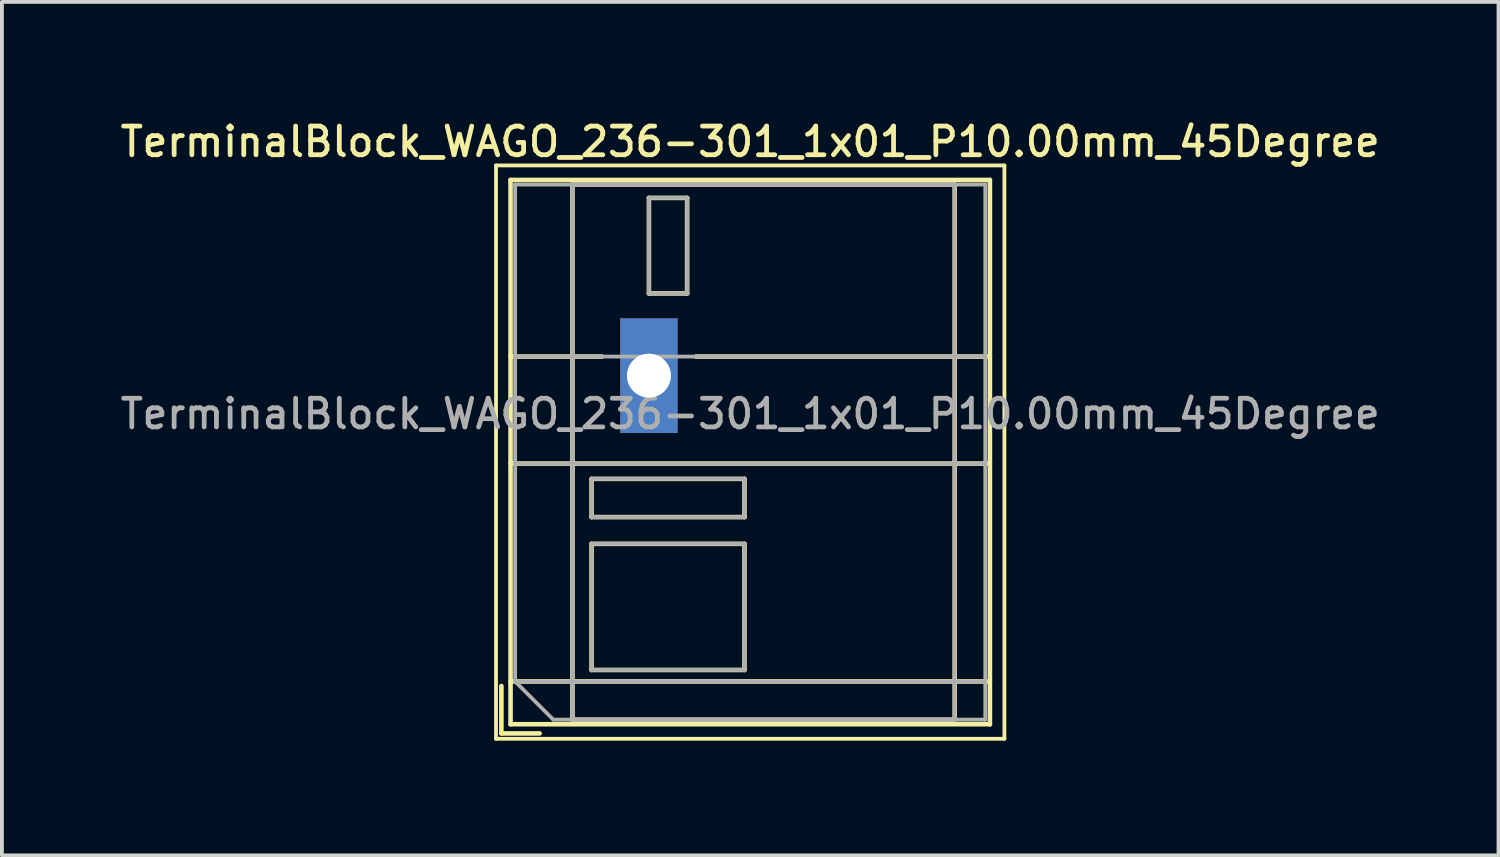
<source format=kicad_pcb>
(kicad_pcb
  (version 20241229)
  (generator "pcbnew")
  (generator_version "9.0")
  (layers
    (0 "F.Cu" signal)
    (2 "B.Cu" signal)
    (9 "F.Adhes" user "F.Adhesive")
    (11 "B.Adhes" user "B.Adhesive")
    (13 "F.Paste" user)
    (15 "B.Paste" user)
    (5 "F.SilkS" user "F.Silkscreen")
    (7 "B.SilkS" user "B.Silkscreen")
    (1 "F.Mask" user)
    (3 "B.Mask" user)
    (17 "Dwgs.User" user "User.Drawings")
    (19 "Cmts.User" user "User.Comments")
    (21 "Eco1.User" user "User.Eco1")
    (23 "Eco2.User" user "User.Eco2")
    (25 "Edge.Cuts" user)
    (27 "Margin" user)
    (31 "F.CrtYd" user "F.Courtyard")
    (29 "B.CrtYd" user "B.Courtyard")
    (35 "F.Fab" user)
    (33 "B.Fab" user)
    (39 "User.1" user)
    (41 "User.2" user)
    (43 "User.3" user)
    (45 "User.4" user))
  (footprint "TerminalBlock_WAGO_236-301_1x01_P10.00mm_45Degree"
    (layer "F.Cu")
    (at 13.927 6.778)
    (property "Reference" "TerminalBlock_WAGO_236-301_1x01_P10.00mm_45Degree" (at 2.65 -6.12 0) (layer "F.SilkS") (effects (font (size 0.75 0.75) (thickness 0.125))))
    (attr through_hole)
    (fp_line (start -4 -5.5) (end -4 9.5) (stroke (width 0.1) (type solid)) (layer "F.SilkS"))
    (fp_line (start -4 9.5) (end 9.3 9.5) (stroke (width 0.1) (type solid)) (layer "F.SilkS"))
    (fp_line (start -3.86 8.12) (end -3.86 9.36) (stroke (width 0.12) (type solid)) (layer "F.SilkS"))
    (fp_line (start -3.86 9.36) (end -2.86 9.36) (stroke (width 0.12) (type solid)) (layer "F.SilkS"))
    (fp_line (start -3.62 -5.12) (end -3.62 9.12) (stroke (width 0.12) (type solid)) (layer "F.SilkS"))
    (fp_line (start -3.62 -5.12) (end 8.921 -5.12) (stroke (width 0.12) (type solid)) (layer "F.SilkS"))
    (fp_line (start -3.62 -0.5) (end -1.23 -0.5) (stroke (width 0.12) (type solid)) (layer "F.SilkS"))
    (fp_line (start -3.62 2.3) (end 8.921 2.3) (stroke (width 0.12) (type solid)) (layer "F.SilkS"))
    (fp_line (start -3.62 8) (end 8.921 8) (stroke (width 0.12) (type solid)) (layer "F.SilkS"))
    (fp_line (start -3.62 9.12) (end 8.921 9.12) (stroke (width 0.12) (type solid)) (layer "F.SilkS"))
    (fp_line (start -2 -5) (end -2 9) (stroke (width 0.12) (type solid)) (layer "F.SilkS"))
    (fp_line (start -2 -5) (end 8 -5) (stroke (width 0.12) (type solid)) (layer "F.SilkS"))
    (fp_line (start -2 9) (end 8 9) (stroke (width 0.12) (type solid)) (layer "F.SilkS"))
    (fp_line (start -1.5 2.7) (end -1.5 3.7) (stroke (width 0.12) (type solid)) (layer "F.SilkS"))
    (fp_line (start -1.5 2.7) (end 2.5 2.7) (stroke (width 0.12) (type solid)) (layer "F.SilkS"))
    (fp_line (start -1.5 3.7) (end 2.5 3.7) (stroke (width 0.12) (type solid)) (layer "F.SilkS"))
    (fp_line (start -1.5 4.4) (end -1.5 7.7) (stroke (width 0.12) (type solid)) (layer "F.SilkS"))
    (fp_line (start -1.5 4.4) (end 2.5 4.4) (stroke (width 0.12) (type solid)) (layer "F.SilkS"))
    (fp_line (start -1.5 7.7) (end 2.5 7.7) (stroke (width 0.12) (type solid)) (layer "F.SilkS"))
    (fp_line (start 0 -4.65) (end 0 -2.151) (stroke (width 0.12) (type solid)) (layer "F.SilkS"))
    (fp_line (start 0 -4.65) (end 1 -4.65) (stroke (width 0.12) (type solid)) (layer "F.SilkS"))
    (fp_line (start 0 -2.151) (end 1 -2.151) (stroke (width 0.12) (type solid)) (layer "F.SilkS"))
    (fp_line (start 1 -4.65) (end 1 -2.151) (stroke (width 0.12) (type solid)) (layer "F.SilkS"))
    (fp_line (start 1.23 -0.5) (end 8.921 -0.5) (stroke (width 0.12) (type solid)) (layer "F.SilkS"))
    (fp_line (start 2.5 2.7) (end 2.5 3.7) (stroke (width 0.12) (type solid)) (layer "F.SilkS"))
    (fp_line (start 2.5 4.4) (end 2.5 7.7) (stroke (width 0.12) (type solid)) (layer "F.SilkS"))
    (fp_line (start 8 -5) (end 8 9) (stroke (width 0.12) (type solid)) (layer "F.SilkS"))
    (fp_line (start 8.921 -5.12) (end 8.921 9.12) (stroke (width 0.12) (type solid)) (layer "F.SilkS"))
    (fp_line (start 9.3 -5.5) (end -4 -5.5) (stroke (width 0.1) (type solid)) (layer "F.SilkS"))
    (fp_line (start 9.3 9.5) (end 9.3 -5.5) (stroke (width 0.1) (type solid)) (layer "F.SilkS"))
    (fp_line (start -3.5 -5) (end 8.8 -5) (stroke (width 0.1) (type solid)) (layer "F.Fab"))
    (fp_line (start -3.5 -0.5) (end 8.8 -0.5) (stroke (width 0.1) (type solid)) (layer "F.Fab"))
    (fp_line (start -3.5 2.3) (end 8.8 2.3) (stroke (width 0.1) (type solid)) (layer "F.Fab"))
    (fp_line (start -3.5 8) (end -3.5 -5) (stroke (width 0.1) (type solid)) (layer "F.Fab"))
    (fp_line (start -3.5 8) (end 8.8 8) (stroke (width 0.1) (type solid)) (layer "F.Fab"))
    (fp_line (start -2.5 9) (end -3.5 8) (stroke (width 0.1) (type solid)) (layer "F.Fab"))
    (fp_line (start -2 -5) (end -2 9) (stroke (width 0.1) (type solid)) (layer "F.Fab"))
    (fp_line (start -2 9) (end 8 9) (stroke (width 0.1) (type solid)) (layer "F.Fab"))
    (fp_line (start -1.5 2.7) (end -1.5 3.7) (stroke (width 0.1) (type solid)) (layer "F.Fab"))
    (fp_line (start -1.5 3.7) (end 2.5 3.7) (stroke (width 0.1) (type solid)) (layer "F.Fab"))
    (fp_line (start -1.5 4.4) (end -1.5 7.7) (stroke (width 0.1) (type solid)) (layer "F.Fab"))
    (fp_line (start -1.5 7.7) (end 2.5 7.7) (stroke (width 0.1) (type solid)) (layer "F.Fab"))
    (fp_line (start 0 -4.65) (end 0 -2.15) (stroke (width 0.1) (type solid)) (layer "F.Fab"))
    (fp_line (start 0 -2.15) (end 1 -2.15) (stroke (width 0.1) (type solid)) (layer "F.Fab"))
    (fp_line (start 1 -4.65) (end 0 -4.65) (stroke (width 0.1) (type solid)) (layer "F.Fab"))
    (fp_line (start 1 -2.15) (end 1 -4.65) (stroke (width 0.1) (type solid)) (layer "F.Fab"))
    (fp_line (start 2.5 2.7) (end -1.5 2.7) (stroke (width 0.1) (type solid)) (layer "F.Fab"))
    (fp_line (start 2.5 3.7) (end 2.5 2.7) (stroke (width 0.1) (type solid)) (layer "F.Fab"))
    (fp_line (start 2.5 4.4) (end -1.5 4.4) (stroke (width 0.1) (type solid)) (layer "F.Fab"))
    (fp_line (start 2.5 7.7) (end 2.5 4.4) (stroke (width 0.1) (type solid)) (layer "F.Fab"))
    (fp_line (start 8 -5) (end -2 -5) (stroke (width 0.1) (type solid)) (layer "F.Fab"))
    (fp_line (start 8 9) (end 8 -5) (stroke (width 0.1) (type solid)) (layer "F.Fab"))
    (fp_line (start 8.8 -5) (end 8.8 9) (stroke (width 0.1) (type solid)) (layer "F.Fab"))
    (fp_line (start 8.8 9) (end -2.5 9) (stroke (width 0.1) (type solid)) (layer "F.Fab"))
    (fp_text user "${REFERENCE}" (at 2.65 1 0) (layer "F.Fab") (effects (font (size 0.75 0.75) (thickness 0.125))))
    (pad "1" thru_hole rect (at 0 0) (size 1.5 3) (drill 1.15) (layers "*.Cu" "*.Mask")))
  (gr_rect
    (start -3 -3)
    (end 36.154 19.328)
    (stroke (width 0.1) (type default))
    (fill no)
    (layer "Edge.Cuts")))
</source>
